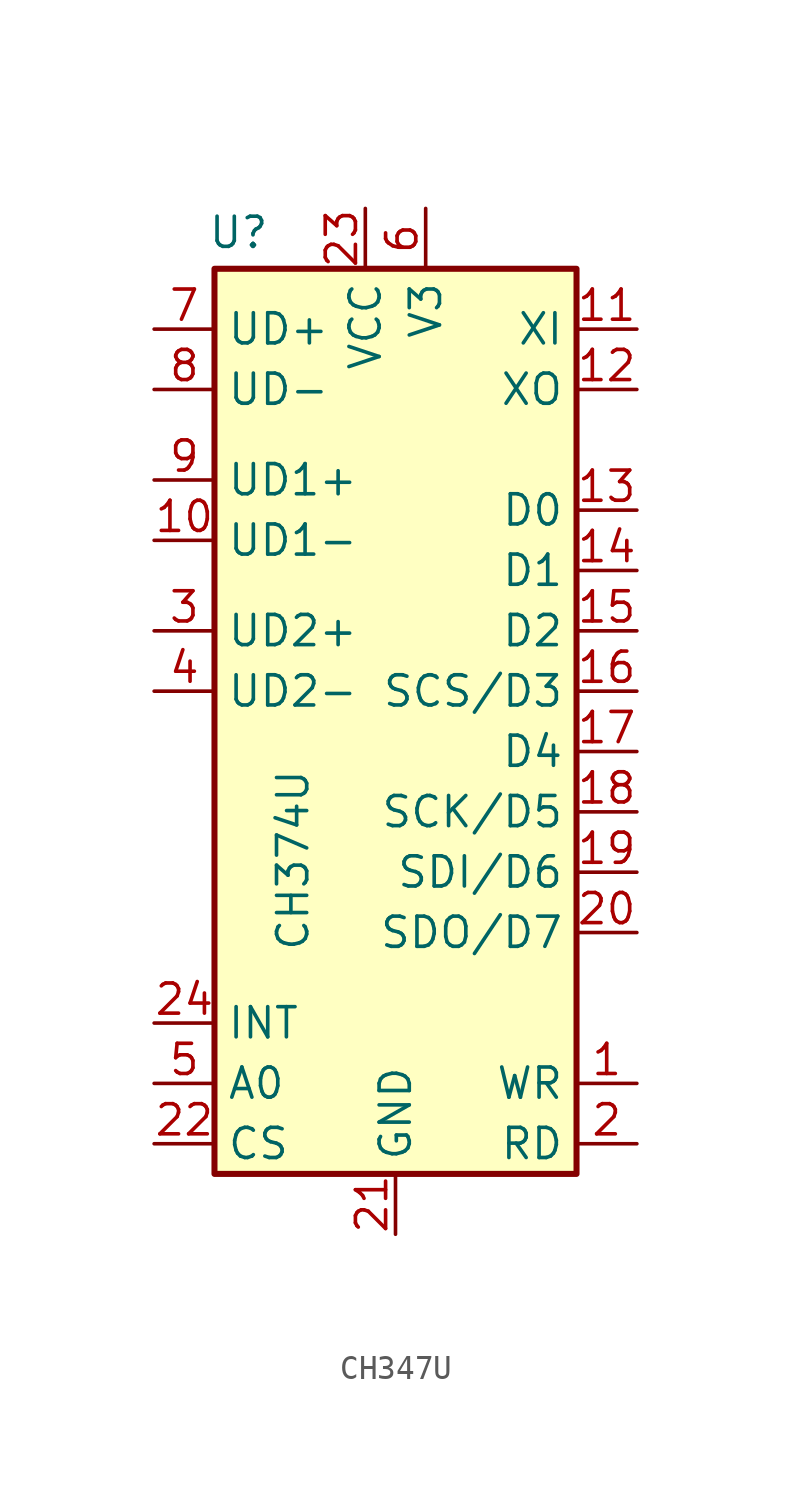
<source format=kicad_sym>
(kicad_symbol_lib
  (version 20231120)
  (generator "kicad_symbol_editor")
  (generator_version "8.0")
  (symbol "CH347U"
    (property "Reference" "U"
      (at -6.604 20.574 0)
      (effects (font (size 1.27 1.27))))
    (property "Value" "CH374U"
      (at -4.318 -5.842 90)
      (effects (font (size 1.27 1.27))))
    (symbol "CH347U_1_0"
      (pin power_in line (at 0 -21.59 90) (length 2.54) (name "GND" (effects (font (size 1.27 1.27)))) (number "21" (effects (font (size 1.27 1.27)))))
      (pin input line (at -10.16 -17.78 0) (length 2.54) (name "CS" (effects (font (size 1.27 1.27)))) (number "22" (effects (font (size 1.27 1.27)))))
      (pin power_in line (at -1.27 21.59 270) (length 2.54) (name "VCC" (effects (font (size 1.27 1.27)))) (number "23" (effects (font (size 1.27 1.27)))))
      (pin output line (at -10.16 -12.7 0) (length 2.54) (name "INT" (effects (font (size 1.27 1.27)))) (number "24" (effects (font (size 1.27 1.27))))))
    (symbol "CH347U_1_1"
      (rectangle (start -7.62 19.05) (end 7.62 -19.05) (stroke (width 0.254) (type default)) (fill (type background)))
      (pin input line (at 10.16 -15.24 180) (length 2.54) (name "WR" (effects (font (size 1.27 1.27)))) (number "1" (effects (font (size 1.27 1.27)))))
      (pin bidirectional line (at -10.16 7.62 0) (length 2.54) (name "UD1-" (effects (font (size 1.27 1.27)))) (number "10" (effects (font (size 1.27 1.27)))))
      (pin input line (at 10.16 16.51 180) (length 2.54) (name "XI" (effects (font (size 1.27 1.27)))) (number "11" (effects (font (size 1.27 1.27)))))
      (pin output line (at 10.16 13.97 180) (length 2.54) (name "XO" (effects (font (size 1.27 1.27)))) (number "12" (effects (font (size 1.27 1.27)))))
      (pin tri_state line (at 10.16 8.89 180) (length 2.54) (name "D0" (effects (font (size 1.27 1.27)))) (number "13" (effects (font (size 1.27 1.27)))))
      (pin tri_state line (at 10.16 6.35 180) (length 2.54) (name "D1" (effects (font (size 1.27 1.27)))) (number "14" (effects (font (size 1.27 1.27)))))
      (pin tri_state line (at 10.16 3.81 180) (length 2.54) (name "D2" (effects (font (size 1.27 1.27)))) (number "15" (effects (font (size 1.27 1.27)))))
      (pin tri_state line (at 10.16 1.27 180) (length 2.54) (name "SCS/D3" (effects (font (size 1.27 1.27)))) (number "16" (effects (font (size 1.27 1.27)))))
      (pin tri_state line (at 10.16 -1.27 180) (length 2.54) (name "D4" (effects (font (size 1.27 1.27)))) (number "17" (effects (font (size 1.27 1.27)))))
      (pin tri_state line (at 10.16 -3.81 180) (length 2.54) (name "SCK/D5" (effects (font (size 1.27 1.27)))) (number "18" (effects (font (size 1.27 1.27)))))
      (pin tri_state line (at 10.16 -6.35 180) (length 2.54) (name "SDI/D6" (effects (font (size 1.27 1.27)))) (number "19" (effects (font (size 1.27 1.27)))))
      (pin input line (at 10.16 -17.78 180) (length 2.54) (name "RD" (effects (font (size 1.27 1.27)))) (number "2" (effects (font (size 1.27 1.27)))))
      (pin tri_state line (at 10.16 -8.89 180) (length 2.54) (name "SDO/D7" (effects (font (size 1.27 1.27)))) (number "20" (effects (font (size 1.27 1.27)))))
      (pin bidirectional line (at -10.16 3.81 0) (length 2.54) (name "UD2+" (effects (font (size 1.27 1.27)))) (number "3" (effects (font (size 1.27 1.27)))))
      (pin bidirectional line (at -10.16 1.27 0) (length 2.54) (name "UD2-" (effects (font (size 1.27 1.27)))) (number "4" (effects (font (size 1.27 1.27)))))
      (pin input line (at -10.16 -15.24 0) (length 2.54) (name "A0" (effects (font (size 1.27 1.27)))) (number "5" (effects (font (size 1.27 1.27)))))
      (pin input line (at 1.27 21.59 270) (length 2.54) (name "V3" (effects (font (size 1.27 1.27)))) (number "6" (effects (font (size 1.27 1.27)))))
      (pin bidirectional line (at -10.16 16.51 0) (length 2.54) (name "UD+" (effects (font (size 1.27 1.27)))) (number "7" (effects (font (size 1.27 1.27)))))
      (pin bidirectional line (at -10.16 13.97 0) (length 2.54) (name "UD-" (effects (font (size 1.27 1.27)))) (number "8" (effects (font (size 1.27 1.27)))))
      (pin bidirectional line (at -10.16 10.16 0) (length 2.54) (name "UD1+" (effects (font (size 1.27 1.27)))) (number "9" (effects (font (size 1.27 1.27))))))))
</source>
